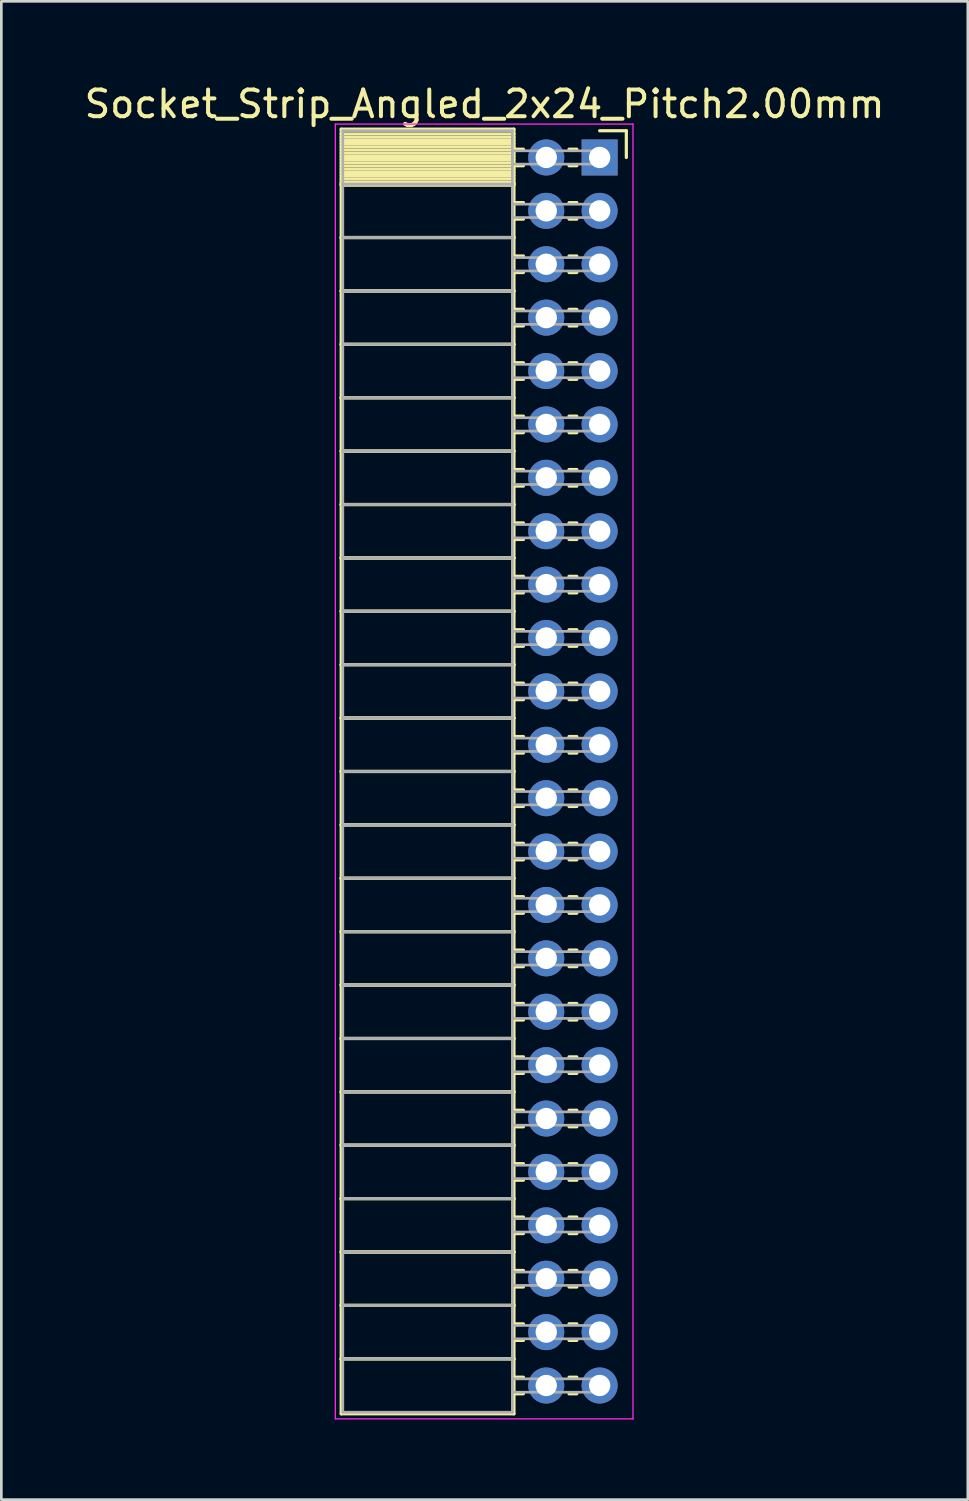
<source format=kicad_pcb>
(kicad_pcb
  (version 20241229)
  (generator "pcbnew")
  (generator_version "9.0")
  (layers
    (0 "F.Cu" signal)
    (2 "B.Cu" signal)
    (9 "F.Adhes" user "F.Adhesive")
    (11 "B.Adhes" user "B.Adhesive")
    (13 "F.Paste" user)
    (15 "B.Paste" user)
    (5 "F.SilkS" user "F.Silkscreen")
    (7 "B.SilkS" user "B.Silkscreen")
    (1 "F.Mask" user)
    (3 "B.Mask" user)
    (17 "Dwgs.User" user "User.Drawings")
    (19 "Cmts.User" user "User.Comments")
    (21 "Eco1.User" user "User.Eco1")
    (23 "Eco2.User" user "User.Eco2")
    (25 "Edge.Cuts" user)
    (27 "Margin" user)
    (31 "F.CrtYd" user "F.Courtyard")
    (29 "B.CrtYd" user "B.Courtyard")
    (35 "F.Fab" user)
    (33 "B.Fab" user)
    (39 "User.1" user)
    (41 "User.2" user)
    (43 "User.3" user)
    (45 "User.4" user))
  (footprint "Socket_Strip_Angled_2x24_Pitch2.00mm"
    (layer "F.Cu")
    (at 19.411 2.848)
    (property "Reference" "Socket_Strip_Angled_2x24_Pitch2.00mm" (at -4.31 -2 0) (layer "F.SilkS") (effects (font (size 1 1) (thickness 0.15))))
    (attr through_hole)
    (fp_line (start -9.68 -1.06) (end -3.21 -1.06) (stroke (width 0.12) (type solid)) (layer "F.SilkS"))
    (fp_line (start -9.68 1) (end -9.68 -1.06) (stroke (width 0.12) (type solid)) (layer "F.SilkS"))
    (fp_line (start -9.68 1) (end -3.21 1) (stroke (width 0.12) (type solid)) (layer "F.SilkS"))
    (fp_line (start -9.68 3) (end -9.68 1) (stroke (width 0.12) (type solid)) (layer "F.SilkS"))
    (fp_line (start -9.68 3) (end -3.21 3) (stroke (width 0.12) (type solid)) (layer "F.SilkS"))
    (fp_line (start -9.68 5) (end -9.68 3) (stroke (width 0.12) (type solid)) (layer "F.SilkS"))
    (fp_line (start -9.68 5) (end -3.21 5) (stroke (width 0.12) (type solid)) (layer "F.SilkS"))
    (fp_line (start -9.68 7) (end -9.68 5) (stroke (width 0.12) (type solid)) (layer "F.SilkS"))
    (fp_line (start -9.68 7) (end -3.21 7) (stroke (width 0.12) (type solid)) (layer "F.SilkS"))
    (fp_line (start -9.68 9) (end -9.68 7) (stroke (width 0.12) (type solid)) (layer "F.SilkS"))
    (fp_line (start -9.68 9) (end -3.21 9) (stroke (width 0.12) (type solid)) (layer "F.SilkS"))
    (fp_line (start -9.68 11) (end -9.68 9) (stroke (width 0.12) (type solid)) (layer "F.SilkS"))
    (fp_line (start -9.68 11) (end -3.21 11) (stroke (width 0.12) (type solid)) (layer "F.SilkS"))
    (fp_line (start -9.68 13) (end -9.68 11) (stroke (width 0.12) (type solid)) (layer "F.SilkS"))
    (fp_line (start -9.68 13) (end -3.21 13) (stroke (width 0.12) (type solid)) (layer "F.SilkS"))
    (fp_line (start -9.68 15) (end -9.68 13) (stroke (width 0.12) (type solid)) (layer "F.SilkS"))
    (fp_line (start -9.68 15) (end -3.21 15) (stroke (width 0.12) (type solid)) (layer "F.SilkS"))
    (fp_line (start -9.68 17) (end -9.68 15) (stroke (width 0.12) (type solid)) (layer "F.SilkS"))
    (fp_line (start -9.68 17) (end -3.21 17) (stroke (width 0.12) (type solid)) (layer "F.SilkS"))
    (fp_line (start -9.68 19) (end -9.68 17) (stroke (width 0.12) (type solid)) (layer "F.SilkS"))
    (fp_line (start -9.68 19) (end -3.21 19) (stroke (width 0.12) (type solid)) (layer "F.SilkS"))
    (fp_line (start -9.68 21) (end -9.68 19) (stroke (width 0.12) (type solid)) (layer "F.SilkS"))
    (fp_line (start -9.68 21) (end -3.21 21) (stroke (width 0.12) (type solid)) (layer "F.SilkS"))
    (fp_line (start -9.68 23) (end -9.68 21) (stroke (width 0.12) (type solid)) (layer "F.SilkS"))
    (fp_line (start -9.68 23) (end -3.21 23) (stroke (width 0.12) (type solid)) (layer "F.SilkS"))
    (fp_line (start -9.68 25) (end -9.68 23) (stroke (width 0.12) (type solid)) (layer "F.SilkS"))
    (fp_line (start -9.68 25) (end -3.21 25) (stroke (width 0.12) (type solid)) (layer "F.SilkS"))
    (fp_line (start -9.68 27) (end -9.68 25) (stroke (width 0.12) (type solid)) (layer "F.SilkS"))
    (fp_line (start -9.68 27) (end -3.21 27) (stroke (width 0.12) (type solid)) (layer "F.SilkS"))
    (fp_line (start -9.68 29) (end -9.68 27) (stroke (width 0.12) (type solid)) (layer "F.SilkS"))
    (fp_line (start -9.68 29) (end -3.21 29) (stroke (width 0.12) (type solid)) (layer "F.SilkS"))
    (fp_line (start -9.68 31) (end -9.68 29) (stroke (width 0.12) (type solid)) (layer "F.SilkS"))
    (fp_line (start -9.68 31) (end -3.21 31) (stroke (width 0.12) (type solid)) (layer "F.SilkS"))
    (fp_line (start -9.68 33) (end -9.68 31) (stroke (width 0.12) (type solid)) (layer "F.SilkS"))
    (fp_line (start -9.68 33) (end -3.21 33) (stroke (width 0.12) (type solid)) (layer "F.SilkS"))
    (fp_line (start -9.68 35) (end -9.68 33) (stroke (width 0.12) (type solid)) (layer "F.SilkS"))
    (fp_line (start -9.68 35) (end -3.21 35) (stroke (width 0.12) (type solid)) (layer "F.SilkS"))
    (fp_line (start -9.68 37) (end -9.68 35) (stroke (width 0.12) (type solid)) (layer "F.SilkS"))
    (fp_line (start -9.68 37) (end -3.21 37) (stroke (width 0.12) (type solid)) (layer "F.SilkS"))
    (fp_line (start -9.68 39) (end -9.68 37) (stroke (width 0.12) (type solid)) (layer "F.SilkS"))
    (fp_line (start -9.68 39) (end -3.21 39) (stroke (width 0.12) (type solid)) (layer "F.SilkS"))
    (fp_line (start -9.68 41) (end -9.68 39) (stroke (width 0.12) (type solid)) (layer "F.SilkS"))
    (fp_line (start -9.68 41) (end -3.21 41) (stroke (width 0.12) (type solid)) (layer "F.SilkS"))
    (fp_line (start -9.68 43) (end -9.68 41) (stroke (width 0.12) (type solid)) (layer "F.SilkS"))
    (fp_line (start -9.68 43) (end -3.21 43) (stroke (width 0.12) (type solid)) (layer "F.SilkS"))
    (fp_line (start -9.68 45) (end -9.68 43) (stroke (width 0.12) (type solid)) (layer "F.SilkS"))
    (fp_line (start -9.68 45) (end -3.21 45) (stroke (width 0.12) (type solid)) (layer "F.SilkS"))
    (fp_line (start -9.68 47.06) (end -9.68 45) (stroke (width 0.12) (type solid)) (layer "F.SilkS"))
    (fp_line (start -3.21 -1.06) (end -3.21 1) (stroke (width 0.12) (type solid)) (layer "F.SilkS"))
    (fp_line (start -3.21 -0.88) (end -9.68 -0.88) (stroke (width 0.12) (type solid)) (layer "F.SilkS"))
    (fp_line (start -3.21 -0.76) (end -9.68 -0.76) (stroke (width 0.12) (type solid)) (layer "F.SilkS"))
    (fp_line (start -3.21 -0.64) (end -9.68 -0.64) (stroke (width 0.12) (type solid)) (layer "F.SilkS"))
    (fp_line (start -3.21 -0.52) (end -9.68 -0.52) (stroke (width 0.12) (type solid)) (layer "F.SilkS"))
    (fp_line (start -3.21 -0.4) (end -9.68 -0.4) (stroke (width 0.12) (type solid)) (layer "F.SilkS"))
    (fp_line (start -3.21 -0.28) (end -9.68 -0.28) (stroke (width 0.12) (type solid)) (layer "F.SilkS"))
    (fp_line (start -3.21 -0.16) (end -9.68 -0.16) (stroke (width 0.12) (type solid)) (layer "F.SilkS"))
    (fp_line (start -3.21 -0.04) (end -9.68 -0.04) (stroke (width 0.12) (type solid)) (layer "F.SilkS"))
    (fp_line (start -3.21 0.08) (end -9.68 0.08) (stroke (width 0.12) (type solid)) (layer "F.SilkS"))
    (fp_line (start -3.21 0.2) (end -9.68 0.2) (stroke (width 0.12) (type solid)) (layer "F.SilkS"))
    (fp_line (start -3.21 0.32) (end -9.68 0.32) (stroke (width 0.12) (type solid)) (layer "F.SilkS"))
    (fp_line (start -3.21 0.44) (end -9.68 0.44) (stroke (width 0.12) (type solid)) (layer "F.SilkS"))
    (fp_line (start -3.21 0.56) (end -9.68 0.56) (stroke (width 0.12) (type solid)) (layer "F.SilkS"))
    (fp_line (start -3.21 0.68) (end -9.68 0.68) (stroke (width 0.12) (type solid)) (layer "F.SilkS"))
    (fp_line (start -3.21 0.8) (end -9.68 0.8) (stroke (width 0.12) (type solid)) (layer "F.SilkS"))
    (fp_line (start -3.21 0.92) (end -9.68 0.92) (stroke (width 0.12) (type solid)) (layer "F.SilkS"))
    (fp_line (start -3.21 1) (end -9.68 1) (stroke (width 0.12) (type solid)) (layer "F.SilkS"))
    (fp_line (start -3.21 1) (end -3.21 3) (stroke (width 0.12) (type solid)) (layer "F.SilkS"))
    (fp_line (start -3.21 1.04) (end -9.68 1.04) (stroke (width 0.12) (type solid)) (layer "F.SilkS"))
    (fp_line (start -3.21 3) (end -9.68 3) (stroke (width 0.12) (type solid)) (layer "F.SilkS"))
    (fp_line (start -3.21 3) (end -3.21 5) (stroke (width 0.12) (type solid)) (layer "F.SilkS"))
    (fp_line (start -3.21 5) (end -9.68 5) (stroke (width 0.12) (type solid)) (layer "F.SilkS"))
    (fp_line (start -3.21 5) (end -3.21 7) (stroke (width 0.12) (type solid)) (layer "F.SilkS"))
    (fp_line (start -3.21 7) (end -9.68 7) (stroke (width 0.12) (type solid)) (layer "F.SilkS"))
    (fp_line (start -3.21 7) (end -3.21 9) (stroke (width 0.12) (type solid)) (layer "F.SilkS"))
    (fp_line (start -3.21 9) (end -9.68 9) (stroke (width 0.12) (type solid)) (layer "F.SilkS"))
    (fp_line (start -3.21 9) (end -3.21 11) (stroke (width 0.12) (type solid)) (layer "F.SilkS"))
    (fp_line (start -3.21 11) (end -9.68 11) (stroke (width 0.12) (type solid)) (layer "F.SilkS"))
    (fp_line (start -3.21 11) (end -3.21 13) (stroke (width 0.12) (type solid)) (layer "F.SilkS"))
    (fp_line (start -3.21 13) (end -9.68 13) (stroke (width 0.12) (type solid)) (layer "F.SilkS"))
    (fp_line (start -3.21 13) (end -3.21 15) (stroke (width 0.12) (type solid)) (layer "F.SilkS"))
    (fp_line (start -3.21 15) (end -9.68 15) (stroke (width 0.12) (type solid)) (layer "F.SilkS"))
    (fp_line (start -3.21 15) (end -3.21 17) (stroke (width 0.12) (type solid)) (layer "F.SilkS"))
    (fp_line (start -3.21 17) (end -9.68 17) (stroke (width 0.12) (type solid)) (layer "F.SilkS"))
    (fp_line (start -3.21 17) (end -3.21 19) (stroke (width 0.12) (type solid)) (layer "F.SilkS"))
    (fp_line (start -3.21 19) (end -9.68 19) (stroke (width 0.12) (type solid)) (layer "F.SilkS"))
    (fp_line (start -3.21 19) (end -3.21 21) (stroke (width 0.12) (type solid)) (layer "F.SilkS"))
    (fp_line (start -3.21 21) (end -9.68 21) (stroke (width 0.12) (type solid)) (layer "F.SilkS"))
    (fp_line (start -3.21 21) (end -3.21 23) (stroke (width 0.12) (type solid)) (layer "F.SilkS"))
    (fp_line (start -3.21 23) (end -9.68 23) (stroke (width 0.12) (type solid)) (layer "F.SilkS"))
    (fp_line (start -3.21 23) (end -3.21 25) (stroke (width 0.12) (type solid)) (layer "F.SilkS"))
    (fp_line (start -3.21 25) (end -9.68 25) (stroke (width 0.12) (type solid)) (layer "F.SilkS"))
    (fp_line (start -3.21 25) (end -3.21 27) (stroke (width 0.12) (type solid)) (layer "F.SilkS"))
    (fp_line (start -3.21 27) (end -9.68 27) (stroke (width 0.12) (type solid)) (layer "F.SilkS"))
    (fp_line (start -3.21 27) (end -3.21 29) (stroke (width 0.12) (type solid)) (layer "F.SilkS"))
    (fp_line (start -3.21 29) (end -9.68 29) (stroke (width 0.12) (type solid)) (layer "F.SilkS"))
    (fp_line (start -3.21 29) (end -3.21 31) (stroke (width 0.12) (type solid)) (layer "F.SilkS"))
    (fp_line (start -3.21 31) (end -9.68 31) (stroke (width 0.12) (type solid)) (layer "F.SilkS"))
    (fp_line (start -3.21 31) (end -3.21 33) (stroke (width 0.12) (type solid)) (layer "F.SilkS"))
    (fp_line (start -3.21 33) (end -9.68 33) (stroke (width 0.12) (type solid)) (layer "F.SilkS"))
    (fp_line (start -3.21 33) (end -3.21 35) (stroke (width 0.12) (type solid)) (layer "F.SilkS"))
    (fp_line (start -3.21 35) (end -9.68 35) (stroke (width 0.12) (type solid)) (layer "F.SilkS"))
    (fp_line (start -3.21 35) (end -3.21 37) (stroke (width 0.12) (type solid)) (layer "F.SilkS"))
    (fp_line (start -3.21 37) (end -9.68 37) (stroke (width 0.12) (type solid)) (layer "F.SilkS"))
    (fp_line (start -3.21 37) (end -3.21 39) (stroke (width 0.12) (type solid)) (layer "F.SilkS"))
    (fp_line (start -3.21 39) (end -9.68 39) (stroke (width 0.12) (type solid)) (layer "F.SilkS"))
    (fp_line (start -3.21 39) (end -3.21 41) (stroke (width 0.12) (type solid)) (layer "F.SilkS"))
    (fp_line (start -3.21 41) (end -9.68 41) (stroke (width 0.12) (type solid)) (layer "F.SilkS"))
    (fp_line (start -3.21 41) (end -3.21 43) (stroke (width 0.12) (type solid)) (layer "F.SilkS"))
    (fp_line (start -3.21 43) (end -9.68 43) (stroke (width 0.12) (type solid)) (layer "F.SilkS"))
    (fp_line (start -3.21 43) (end -3.21 45) (stroke (width 0.12) (type solid)) (layer "F.SilkS"))
    (fp_line (start -3.21 45) (end -9.68 45) (stroke (width 0.12) (type solid)) (layer "F.SilkS"))
    (fp_line (start -3.21 45) (end -3.21 47.06) (stroke (width 0.12) (type solid)) (layer "F.SilkS"))
    (fp_line (start -3.21 47.06) (end -9.68 47.06) (stroke (width 0.12) (type solid)) (layer "F.SilkS"))
    (fp_line (start -2.855 -0.31) (end -3.21 -0.31) (stroke (width 0.12) (type solid)) (layer "F.SilkS"))
    (fp_line (start -2.855 0.31) (end -3.21 0.31) (stroke (width 0.12) (type solid)) (layer "F.SilkS"))
    (fp_line (start -2.855 1.69) (end -3.21 1.69) (stroke (width 0.12) (type solid)) (layer "F.SilkS"))
    (fp_line (start -2.855 2.31) (end -3.21 2.31) (stroke (width 0.12) (type solid)) (layer "F.SilkS"))
    (fp_line (start -2.855 3.69) (end -3.21 3.69) (stroke (width 0.12) (type solid)) (layer "F.SilkS"))
    (fp_line (start -2.855 4.31) (end -3.21 4.31) (stroke (width 0.12) (type solid)) (layer "F.SilkS"))
    (fp_line (start -2.855 5.69) (end -3.21 5.69) (stroke (width 0.12) (type solid)) (layer "F.SilkS"))
    (fp_line (start -2.855 6.31) (end -3.21 6.31) (stroke (width 0.12) (type solid)) (layer "F.SilkS"))
    (fp_line (start -2.855 7.69) (end -3.21 7.69) (stroke (width 0.12) (type solid)) (layer "F.SilkS"))
    (fp_line (start -2.855 8.31) (end -3.21 8.31) (stroke (width 0.12) (type solid)) (layer "F.SilkS"))
    (fp_line (start -2.855 9.69) (end -3.21 9.69) (stroke (width 0.12) (type solid)) (layer "F.SilkS"))
    (fp_line (start -2.855 10.31) (end -3.21 10.31) (stroke (width 0.12) (type solid)) (layer "F.SilkS"))
    (fp_line (start -2.855 11.69) (end -3.21 11.69) (stroke (width 0.12) (type solid)) (layer "F.SilkS"))
    (fp_line (start -2.855 12.31) (end -3.21 12.31) (stroke (width 0.12) (type solid)) (layer "F.SilkS"))
    (fp_line (start -2.855 13.69) (end -3.21 13.69) (stroke (width 0.12) (type solid)) (layer "F.SilkS"))
    (fp_line (start -2.855 14.31) (end -3.21 14.31) (stroke (width 0.12) (type solid)) (layer "F.SilkS"))
    (fp_line (start -2.855 15.69) (end -3.21 15.69) (stroke (width 0.12) (type solid)) (layer "F.SilkS"))
    (fp_line (start -2.855 16.31) (end -3.21 16.31) (stroke (width 0.12) (type solid)) (layer "F.SilkS"))
    (fp_line (start -2.855 17.69) (end -3.21 17.69) (stroke (width 0.12) (type solid)) (layer "F.SilkS"))
    (fp_line (start -2.855 18.31) (end -3.21 18.31) (stroke (width 0.12) (type solid)) (layer "F.SilkS"))
    (fp_line (start -2.855 19.69) (end -3.21 19.69) (stroke (width 0.12) (type solid)) (layer "F.SilkS"))
    (fp_line (start -2.855 20.31) (end -3.21 20.31) (stroke (width 0.12) (type solid)) (layer "F.SilkS"))
    (fp_line (start -2.855 21.69) (end -3.21 21.69) (stroke (width 0.12) (type solid)) (layer "F.SilkS"))
    (fp_line (start -2.855 22.31) (end -3.21 22.31) (stroke (width 0.12) (type solid)) (layer "F.SilkS"))
    (fp_line (start -2.855 23.69) (end -3.21 23.69) (stroke (width 0.12) (type solid)) (layer "F.SilkS"))
    (fp_line (start -2.855 24.31) (end -3.21 24.31) (stroke (width 0.12) (type solid)) (layer "F.SilkS"))
    (fp_line (start -2.855 25.69) (end -3.21 25.69) (stroke (width 0.12) (type solid)) (layer "F.SilkS"))
    (fp_line (start -2.855 26.31) (end -3.21 26.31) (stroke (width 0.12) (type solid)) (layer "F.SilkS"))
    (fp_line (start -2.855 27.69) (end -3.21 27.69) (stroke (width 0.12) (type solid)) (layer "F.SilkS"))
    (fp_line (start -2.855 28.31) (end -3.21 28.31) (stroke (width 0.12) (type solid)) (layer "F.SilkS"))
    (fp_line (start -2.855 29.69) (end -3.21 29.69) (stroke (width 0.12) (type solid)) (layer "F.SilkS"))
    (fp_line (start -2.855 30.31) (end -3.21 30.31) (stroke (width 0.12) (type solid)) (layer "F.SilkS"))
    (fp_line (start -2.855 31.69) (end -3.21 31.69) (stroke (width 0.12) (type solid)) (layer "F.SilkS"))
    (fp_line (start -2.855 32.31) (end -3.21 32.31) (stroke (width 0.12) (type solid)) (layer "F.SilkS"))
    (fp_line (start -2.855 33.69) (end -3.21 33.69) (stroke (width 0.12) (type solid)) (layer "F.SilkS"))
    (fp_line (start -2.855 34.31) (end -3.21 34.31) (stroke (width 0.12) (type solid)) (layer "F.SilkS"))
    (fp_line (start -2.855 35.69) (end -3.21 35.69) (stroke (width 0.12) (type solid)) (layer "F.SilkS"))
    (fp_line (start -2.855 36.31) (end -3.21 36.31) (stroke (width 0.12) (type solid)) (layer "F.SilkS"))
    (fp_line (start -2.855 37.69) (end -3.21 37.69) (stroke (width 0.12) (type solid)) (layer "F.SilkS"))
    (fp_line (start -2.855 38.31) (end -3.21 38.31) (stroke (width 0.12) (type solid)) (layer "F.SilkS"))
    (fp_line (start -2.855 39.69) (end -3.21 39.69) (stroke (width 0.12) (type solid)) (layer "F.SilkS"))
    (fp_line (start -2.855 40.31) (end -3.21 40.31) (stroke (width 0.12) (type solid)) (layer "F.SilkS"))
    (fp_line (start -2.855 41.69) (end -3.21 41.69) (stroke (width 0.12) (type solid)) (layer "F.SilkS"))
    (fp_line (start -2.855 42.31) (end -3.21 42.31) (stroke (width 0.12) (type solid)) (layer "F.SilkS"))
    (fp_line (start -2.855 43.69) (end -3.21 43.69) (stroke (width 0.12) (type solid)) (layer "F.SilkS"))
    (fp_line (start -2.855 44.31) (end -3.21 44.31) (stroke (width 0.12) (type solid)) (layer "F.SilkS"))
    (fp_line (start -2.855 45.69) (end -3.21 45.69) (stroke (width 0.12) (type solid)) (layer "F.SilkS"))
    (fp_line (start -2.855 46.31) (end -3.21 46.31) (stroke (width 0.12) (type solid)) (layer "F.SilkS"))
    (fp_line (start -0.855 -0.31) (end -1.145 -0.31) (stroke (width 0.12) (type solid)) (layer "F.SilkS"))
    (fp_line (start -0.855 0.31) (end -1.145 0.31) (stroke (width 0.12) (type solid)) (layer "F.SilkS"))
    (fp_line (start -0.855 1.69) (end -1.145 1.69) (stroke (width 0.12) (type solid)) (layer "F.SilkS"))
    (fp_line (start -0.855 2.31) (end -1.145 2.31) (stroke (width 0.12) (type solid)) (layer "F.SilkS"))
    (fp_line (start -0.855 3.69) (end -1.145 3.69) (stroke (width 0.12) (type solid)) (layer "F.SilkS"))
    (fp_line (start -0.855 4.31) (end -1.145 4.31) (stroke (width 0.12) (type solid)) (layer "F.SilkS"))
    (fp_line (start -0.855 5.69) (end -1.145 5.69) (stroke (width 0.12) (type solid)) (layer "F.SilkS"))
    (fp_line (start -0.855 6.31) (end -1.145 6.31) (stroke (width 0.12) (type solid)) (layer "F.SilkS"))
    (fp_line (start -0.855 7.69) (end -1.145 7.69) (stroke (width 0.12) (type solid)) (layer "F.SilkS"))
    (fp_line (start -0.855 8.31) (end -1.145 8.31) (stroke (width 0.12) (type solid)) (layer "F.SilkS"))
    (fp_line (start -0.855 9.69) (end -1.145 9.69) (stroke (width 0.12) (type solid)) (layer "F.SilkS"))
    (fp_line (start -0.855 10.31) (end -1.145 10.31) (stroke (width 0.12) (type solid)) (layer "F.SilkS"))
    (fp_line (start -0.855 11.69) (end -1.145 11.69) (stroke (width 0.12) (type solid)) (layer "F.SilkS"))
    (fp_line (start -0.855 12.31) (end -1.145 12.31) (stroke (width 0.12) (type solid)) (layer "F.SilkS"))
    (fp_line (start -0.855 13.69) (end -1.145 13.69) (stroke (width 0.12) (type solid)) (layer "F.SilkS"))
    (fp_line (start -0.855 14.31) (end -1.145 14.31) (stroke (width 0.12) (type solid)) (layer "F.SilkS"))
    (fp_line (start -0.855 15.69) (end -1.145 15.69) (stroke (width 0.12) (type solid)) (layer "F.SilkS"))
    (fp_line (start -0.855 16.31) (end -1.145 16.31) (stroke (width 0.12) (type solid)) (layer "F.SilkS"))
    (fp_line (start -0.855 17.69) (end -1.145 17.69) (stroke (width 0.12) (type solid)) (layer "F.SilkS"))
    (fp_line (start -0.855 18.31) (end -1.145 18.31) (stroke (width 0.12) (type solid)) (layer "F.SilkS"))
    (fp_line (start -0.855 19.69) (end -1.145 19.69) (stroke (width 0.12) (type solid)) (layer "F.SilkS"))
    (fp_line (start -0.855 20.31) (end -1.145 20.31) (stroke (width 0.12) (type solid)) (layer "F.SilkS"))
    (fp_line (start -0.855 21.69) (end -1.145 21.69) (stroke (width 0.12) (type solid)) (layer "F.SilkS"))
    (fp_line (start -0.855 22.31) (end -1.145 22.31) (stroke (width 0.12) (type solid)) (layer "F.SilkS"))
    (fp_line (start -0.855 23.69) (end -1.145 23.69) (stroke (width 0.12) (type solid)) (layer "F.SilkS"))
    (fp_line (start -0.855 24.31) (end -1.145 24.31) (stroke (width 0.12) (type solid)) (layer "F.SilkS"))
    (fp_line (start -0.855 25.69) (end -1.145 25.69) (stroke (width 0.12) (type solid)) (layer "F.SilkS"))
    (fp_line (start -0.855 26.31) (end -1.145 26.31) (stroke (width 0.12) (type solid)) (layer "F.SilkS"))
    (fp_line (start -0.855 27.69) (end -1.145 27.69) (stroke (width 0.12) (type solid)) (layer "F.SilkS"))
    (fp_line (start -0.855 28.31) (end -1.145 28.31) (stroke (width 0.12) (type solid)) (layer "F.SilkS"))
    (fp_line (start -0.855 29.69) (end -1.145 29.69) (stroke (width 0.12) (type solid)) (layer "F.SilkS"))
    (fp_line (start -0.855 30.31) (end -1.145 30.31) (stroke (width 0.12) (type solid)) (layer "F.SilkS"))
    (fp_line (start -0.855 31.69) (end -1.145 31.69) (stroke (width 0.12) (type solid)) (layer "F.SilkS"))
    (fp_line (start -0.855 32.31) (end -1.145 32.31) (stroke (width 0.12) (type solid)) (layer "F.SilkS"))
    (fp_line (start -0.855 33.69) (end -1.145 33.69) (stroke (width 0.12) (type solid)) (layer "F.SilkS"))
    (fp_line (start -0.855 34.31) (end -1.145 34.31) (stroke (width 0.12) (type solid)) (layer "F.SilkS"))
    (fp_line (start -0.855 35.69) (end -1.145 35.69) (stroke (width 0.12) (type solid)) (layer "F.SilkS"))
    (fp_line (start -0.855 36.31) (end -1.145 36.31) (stroke (width 0.12) (type solid)) (layer "F.SilkS"))
    (fp_line (start -0.855 37.69) (end -1.145 37.69) (stroke (width 0.12) (type solid)) (layer "F.SilkS"))
    (fp_line (start -0.855 38.31) (end -1.145 38.31) (stroke (width 0.12) (type solid)) (layer "F.SilkS"))
    (fp_line (start -0.855 39.69) (end -1.145 39.69) (stroke (width 0.12) (type solid)) (layer "F.SilkS"))
    (fp_line (start -0.855 40.31) (end -1.145 40.31) (stroke (width 0.12) (type solid)) (layer "F.SilkS"))
    (fp_line (start -0.855 41.69) (end -1.145 41.69) (stroke (width 0.12) (type solid)) (layer "F.SilkS"))
    (fp_line (start -0.855 42.31) (end -1.145 42.31) (stroke (width 0.12) (type solid)) (layer "F.SilkS"))
    (fp_line (start -0.855 43.69) (end -1.145 43.69) (stroke (width 0.12) (type solid)) (layer "F.SilkS"))
    (fp_line (start -0.855 44.31) (end -1.145 44.31) (stroke (width 0.12) (type solid)) (layer "F.SilkS"))
    (fp_line (start -0.855 45.69) (end -1.145 45.69) (stroke (width 0.12) (type solid)) (layer "F.SilkS"))
    (fp_line (start -0.855 46.31) (end -1.145 46.31) (stroke (width 0.12) (type solid)) (layer "F.SilkS"))
    (fp_line (start 0 -1) (end 1 -1) (stroke (width 0.12) (type solid)) (layer "F.SilkS"))
    (fp_line (start 1 -1) (end 1 0) (stroke (width 0.12) (type solid)) (layer "F.SilkS"))
    (fp_line (start -9.9 -1.25) (end 1.25 -1.25) (stroke (width 0.05) (type solid)) (layer "F.CrtYd"))
    (fp_line (start -9.9 47.25) (end -9.9 -1.25) (stroke (width 0.05) (type solid)) (layer "F.CrtYd"))
    (fp_line (start 1.25 -1.25) (end 1.25 47.25) (stroke (width 0.05) (type solid)) (layer "F.CrtYd"))
    (fp_line (start 1.25 47.25) (end -9.9 47.25) (stroke (width 0.05) (type solid)) (layer "F.CrtYd"))
    (fp_line (start -9.62 -1) (end -3.27 -1) (stroke (width 0.1) (type solid)) (layer "F.Fab"))
    (fp_line (start -9.62 1) (end -9.62 -1) (stroke (width 0.1) (type solid)) (layer "F.Fab"))
    (fp_line (start -9.62 1) (end -3.27 1) (stroke (width 0.1) (type solid)) (layer "F.Fab"))
    (fp_line (start -9.62 3) (end -9.62 1) (stroke (width 0.1) (type solid)) (layer "F.Fab"))
    (fp_line (start -9.62 3) (end -3.27 3) (stroke (width 0.1) (type solid)) (layer "F.Fab"))
    (fp_line (start -9.62 5) (end -9.62 3) (stroke (width 0.1) (type solid)) (layer "F.Fab"))
    (fp_line (start -9.62 5) (end -3.27 5) (stroke (width 0.1) (type solid)) (layer "F.Fab"))
    (fp_line (start -9.62 7) (end -9.62 5) (stroke (width 0.1) (type solid)) (layer "F.Fab"))
    (fp_line (start -9.62 7) (end -3.27 7) (stroke (width 0.1) (type solid)) (layer "F.Fab"))
    (fp_line (start -9.62 9) (end -9.62 7) (stroke (width 0.1) (type solid)) (layer "F.Fab"))
    (fp_line (start -9.62 9) (end -3.27 9) (stroke (width 0.1) (type solid)) (layer "F.Fab"))
    (fp_line (start -9.62 11) (end -9.62 9) (stroke (width 0.1) (type solid)) (layer "F.Fab"))
    (fp_line (start -9.62 11) (end -3.27 11) (stroke (width 0.1) (type solid)) (layer "F.Fab"))
    (fp_line (start -9.62 13) (end -9.62 11) (stroke (width 0.1) (type solid)) (layer "F.Fab"))
    (fp_line (start -9.62 13) (end -3.27 13) (stroke (width 0.1) (type solid)) (layer "F.Fab"))
    (fp_line (start -9.62 15) (end -9.62 13) (stroke (width 0.1) (type solid)) (layer "F.Fab"))
    (fp_line (start -9.62 15) (end -3.27 15) (stroke (width 0.1) (type solid)) (layer "F.Fab"))
    (fp_line (start -9.62 17) (end -9.62 15) (stroke (width 0.1) (type solid)) (layer "F.Fab"))
    (fp_line (start -9.62 17) (end -3.27 17) (stroke (width 0.1) (type solid)) (layer "F.Fab"))
    (fp_line (start -9.62 19) (end -9.62 17) (stroke (width 0.1) (type solid)) (layer "F.Fab"))
    (fp_line (start -9.62 19) (end -3.27 19) (stroke (width 0.1) (type solid)) (layer "F.Fab"))
    (fp_line (start -9.62 21) (end -9.62 19) (stroke (width 0.1) (type solid)) (layer "F.Fab"))
    (fp_line (start -9.62 21) (end -3.27 21) (stroke (width 0.1) (type solid)) (layer "F.Fab"))
    (fp_line (start -9.62 23) (end -9.62 21) (stroke (width 0.1) (type solid)) (layer "F.Fab"))
    (fp_line (start -9.62 23) (end -3.27 23) (stroke (width 0.1) (type solid)) (layer "F.Fab"))
    (fp_line (start -9.62 25) (end -9.62 23) (stroke (width 0.1) (type solid)) (layer "F.Fab"))
    (fp_line (start -9.62 25) (end -3.27 25) (stroke (width 0.1) (type solid)) (layer "F.Fab"))
    (fp_line (start -9.62 27) (end -9.62 25) (stroke (width 0.1) (type solid)) (layer "F.Fab"))
    (fp_line (start -9.62 27) (end -3.27 27) (stroke (width 0.1) (type solid)) (layer "F.Fab"))
    (fp_line (start -9.62 29) (end -9.62 27) (stroke (width 0.1) (type solid)) (layer "F.Fab"))
    (fp_line (start -9.62 29) (end -3.27 29) (stroke (width 0.1) (type solid)) (layer "F.Fab"))
    (fp_line (start -9.62 31) (end -9.62 29) (stroke (width 0.1) (type solid)) (layer "F.Fab"))
    (fp_line (start -9.62 31) (end -3.27 31) (stroke (width 0.1) (type solid)) (layer "F.Fab"))
    (fp_line (start -9.62 33) (end -9.62 31) (stroke (width 0.1) (type solid)) (layer "F.Fab"))
    (fp_line (start -9.62 33) (end -3.27 33) (stroke (width 0.1) (type solid)) (layer "F.Fab"))
    (fp_line (start -9.62 35) (end -9.62 33) (stroke (width 0.1) (type solid)) (layer "F.Fab"))
    (fp_line (start -9.62 35) (end -3.27 35) (stroke (width 0.1) (type solid)) (layer "F.Fab"))
    (fp_line (start -9.62 37) (end -9.62 35) (stroke (width 0.1) (type solid)) (layer "F.Fab"))
    (fp_line (start -9.62 37) (end -3.27 37) (stroke (width 0.1) (type solid)) (layer "F.Fab"))
    (fp_line (start -9.62 39) (end -9.62 37) (stroke (width 0.1) (type solid)) (layer "F.Fab"))
    (fp_line (start -9.62 39) (end -3.27 39) (stroke (width 0.1) (type solid)) (layer "F.Fab"))
    (fp_line (start -9.62 41) (end -9.62 39) (stroke (width 0.1) (type solid)) (layer "F.Fab"))
    (fp_line (start -9.62 41) (end -3.27 41) (stroke (width 0.1) (type solid)) (layer "F.Fab"))
    (fp_line (start -9.62 43) (end -9.62 41) (stroke (width 0.1) (type solid)) (layer "F.Fab"))
    (fp_line (start -9.62 43) (end -3.27 43) (stroke (width 0.1) (type solid)) (layer "F.Fab"))
    (fp_line (start -9.62 45) (end -9.62 43) (stroke (width 0.1) (type solid)) (layer "F.Fab"))
    (fp_line (start -9.62 45) (end -3.27 45) (stroke (width 0.1) (type solid)) (layer "F.Fab"))
    (fp_line (start -9.62 47) (end -9.62 45) (stroke (width 0.1) (type solid)) (layer "F.Fab"))
    (fp_line (start -3.27 -1) (end -3.27 1) (stroke (width 0.1) (type solid)) (layer "F.Fab"))
    (fp_line (start -3.27 -0.25) (end 0 -0.25) (stroke (width 0.1) (type solid)) (layer "F.Fab"))
    (fp_line (start -3.27 0.25) (end -3.27 -0.25) (stroke (width 0.1) (type solid)) (layer "F.Fab"))
    (fp_line (start -3.27 1) (end -9.62 1) (stroke (width 0.1) (type solid)) (layer "F.Fab"))
    (fp_line (start -3.27 1) (end -3.27 3) (stroke (width 0.1) (type solid)) (layer "F.Fab"))
    (fp_line (start -3.27 1.75) (end 0 1.75) (stroke (width 0.1) (type solid)) (layer "F.Fab"))
    (fp_line (start -3.27 2.25) (end -3.27 1.75) (stroke (width 0.1) (type solid)) (layer "F.Fab"))
    (fp_line (start -3.27 3) (end -9.62 3) (stroke (width 0.1) (type solid)) (layer "F.Fab"))
    (fp_line (start -3.27 3) (end -3.27 5) (stroke (width 0.1) (type solid)) (layer "F.Fab"))
    (fp_line (start -3.27 3.75) (end 0 3.75) (stroke (width 0.1) (type solid)) (layer "F.Fab"))
    (fp_line (start -3.27 4.25) (end -3.27 3.75) (stroke (width 0.1) (type solid)) (layer "F.Fab"))
    (fp_line (start -3.27 5) (end -9.62 5) (stroke (width 0.1) (type solid)) (layer "F.Fab"))
    (fp_line (start -3.27 5) (end -3.27 7) (stroke (width 0.1) (type solid)) (layer "F.Fab"))
    (fp_line (start -3.27 5.75) (end 0 5.75) (stroke (width 0.1) (type solid)) (layer "F.Fab"))
    (fp_line (start -3.27 6.25) (end -3.27 5.75) (stroke (width 0.1) (type solid)) (layer "F.Fab"))
    (fp_line (start -3.27 7) (end -9.62 7) (stroke (width 0.1) (type solid)) (layer "F.Fab"))
    (fp_line (start -3.27 7) (end -3.27 9) (stroke (width 0.1) (type solid)) (layer "F.Fab"))
    (fp_line (start -3.27 7.75) (end 0 7.75) (stroke (width 0.1) (type solid)) (layer "F.Fab"))
    (fp_line (start -3.27 8.25) (end -3.27 7.75) (stroke (width 0.1) (type solid)) (layer "F.Fab"))
    (fp_line (start -3.27 9) (end -9.62 9) (stroke (width 0.1) (type solid)) (layer "F.Fab"))
    (fp_line (start -3.27 9) (end -3.27 11) (stroke (width 0.1) (type solid)) (layer "F.Fab"))
    (fp_line (start -3.27 9.75) (end 0 9.75) (stroke (width 0.1) (type solid)) (layer "F.Fab"))
    (fp_line (start -3.27 10.25) (end -3.27 9.75) (stroke (width 0.1) (type solid)) (layer "F.Fab"))
    (fp_line (start -3.27 11) (end -9.62 11) (stroke (width 0.1) (type solid)) (layer "F.Fab"))
    (fp_line (start -3.27 11) (end -3.27 13) (stroke (width 0.1) (type solid)) (layer "F.Fab"))
    (fp_line (start -3.27 11.75) (end 0 11.75) (stroke (width 0.1) (type solid)) (layer "F.Fab"))
    (fp_line (start -3.27 12.25) (end -3.27 11.75) (stroke (width 0.1) (type solid)) (layer "F.Fab"))
    (fp_line (start -3.27 13) (end -9.62 13) (stroke (width 0.1) (type solid)) (layer "F.Fab"))
    (fp_line (start -3.27 13) (end -3.27 15) (stroke (width 0.1) (type solid)) (layer "F.Fab"))
    (fp_line (start -3.27 13.75) (end 0 13.75) (stroke (width 0.1) (type solid)) (layer "F.Fab"))
    (fp_line (start -3.27 14.25) (end -3.27 13.75) (stroke (width 0.1) (type solid)) (layer "F.Fab"))
    (fp_line (start -3.27 15) (end -9.62 15) (stroke (width 0.1) (type solid)) (layer "F.Fab"))
    (fp_line (start -3.27 15) (end -3.27 17) (stroke (width 0.1) (type solid)) (layer "F.Fab"))
    (fp_line (start -3.27 15.75) (end 0 15.75) (stroke (width 0.1) (type solid)) (layer "F.Fab"))
    (fp_line (start -3.27 16.25) (end -3.27 15.75) (stroke (width 0.1) (type solid)) (layer "F.Fab"))
    (fp_line (start -3.27 17) (end -9.62 17) (stroke (width 0.1) (type solid)) (layer "F.Fab"))
    (fp_line (start -3.27 17) (end -3.27 19) (stroke (width 0.1) (type solid)) (layer "F.Fab"))
    (fp_line (start -3.27 17.75) (end 0 17.75) (stroke (width 0.1) (type solid)) (layer "F.Fab"))
    (fp_line (start -3.27 18.25) (end -3.27 17.75) (stroke (width 0.1) (type solid)) (layer "F.Fab"))
    (fp_line (start -3.27 19) (end -9.62 19) (stroke (width 0.1) (type solid)) (layer "F.Fab"))
    (fp_line (start -3.27 19) (end -3.27 21) (stroke (width 0.1) (type solid)) (layer "F.Fab"))
    (fp_line (start -3.27 19.75) (end 0 19.75) (stroke (width 0.1) (type solid)) (layer "F.Fab"))
    (fp_line (start -3.27 20.25) (end -3.27 19.75) (stroke (width 0.1) (type solid)) (layer "F.Fab"))
    (fp_line (start -3.27 21) (end -9.62 21) (stroke (width 0.1) (type solid)) (layer "F.Fab"))
    (fp_line (start -3.27 21) (end -3.27 23) (stroke (width 0.1) (type solid)) (layer "F.Fab"))
    (fp_line (start -3.27 21.75) (end 0 21.75) (stroke (width 0.1) (type solid)) (layer "F.Fab"))
    (fp_line (start -3.27 22.25) (end -3.27 21.75) (stroke (width 0.1) (type solid)) (layer "F.Fab"))
    (fp_line (start -3.27 23) (end -9.62 23) (stroke (width 0.1) (type solid)) (layer "F.Fab"))
    (fp_line (start -3.27 23) (end -3.27 25) (stroke (width 0.1) (type solid)) (layer "F.Fab"))
    (fp_line (start -3.27 23.75) (end 0 23.75) (stroke (width 0.1) (type solid)) (layer "F.Fab"))
    (fp_line (start -3.27 24.25) (end -3.27 23.75) (stroke (width 0.1) (type solid)) (layer "F.Fab"))
    (fp_line (start -3.27 25) (end -9.62 25) (stroke (width 0.1) (type solid)) (layer "F.Fab"))
    (fp_line (start -3.27 25) (end -3.27 27) (stroke (width 0.1) (type solid)) (layer "F.Fab"))
    (fp_line (start -3.27 25.75) (end 0 25.75) (stroke (width 0.1) (type solid)) (layer "F.Fab"))
    (fp_line (start -3.27 26.25) (end -3.27 25.75) (stroke (width 0.1) (type solid)) (layer "F.Fab"))
    (fp_line (start -3.27 27) (end -9.62 27) (stroke (width 0.1) (type solid)) (layer "F.Fab"))
    (fp_line (start -3.27 27) (end -3.27 29) (stroke (width 0.1) (type solid)) (layer "F.Fab"))
    (fp_line (start -3.27 27.75) (end 0 27.75) (stroke (width 0.1) (type solid)) (layer "F.Fab"))
    (fp_line (start -3.27 28.25) (end -3.27 27.75) (stroke (width 0.1) (type solid)) (layer "F.Fab"))
    (fp_line (start -3.27 29) (end -9.62 29) (stroke (width 0.1) (type solid)) (layer "F.Fab"))
    (fp_line (start -3.27 29) (end -3.27 31) (stroke (width 0.1) (type solid)) (layer "F.Fab"))
    (fp_line (start -3.27 29.75) (end 0 29.75) (stroke (width 0.1) (type solid)) (layer "F.Fab"))
    (fp_line (start -3.27 30.25) (end -3.27 29.75) (stroke (width 0.1) (type solid)) (layer "F.Fab"))
    (fp_line (start -3.27 31) (end -9.62 31) (stroke (width 0.1) (type solid)) (layer "F.Fab"))
    (fp_line (start -3.27 31) (end -3.27 33) (stroke (width 0.1) (type solid)) (layer "F.Fab"))
    (fp_line (start -3.27 31.75) (end 0 31.75) (stroke (width 0.1) (type solid)) (layer "F.Fab"))
    (fp_line (start -3.27 32.25) (end -3.27 31.75) (stroke (width 0.1) (type solid)) (layer "F.Fab"))
    (fp_line (start -3.27 33) (end -9.62 33) (stroke (width 0.1) (type solid)) (layer "F.Fab"))
    (fp_line (start -3.27 33) (end -3.27 35) (stroke (width 0.1) (type solid)) (layer "F.Fab"))
    (fp_line (start -3.27 33.75) (end 0 33.75) (stroke (width 0.1) (type solid)) (layer "F.Fab"))
    (fp_line (start -3.27 34.25) (end -3.27 33.75) (stroke (width 0.1) (type solid)) (layer "F.Fab"))
    (fp_line (start -3.27 35) (end -9.62 35) (stroke (width 0.1) (type solid)) (layer "F.Fab"))
    (fp_line (start -3.27 35) (end -3.27 37) (stroke (width 0.1) (type solid)) (layer "F.Fab"))
    (fp_line (start -3.27 35.75) (end 0 35.75) (stroke (width 0.1) (type solid)) (layer "F.Fab"))
    (fp_line (start -3.27 36.25) (end -3.27 35.75) (stroke (width 0.1) (type solid)) (layer "F.Fab"))
    (fp_line (start -3.27 37) (end -9.62 37) (stroke (width 0.1) (type solid)) (layer "F.Fab"))
    (fp_line (start -3.27 37) (end -3.27 39) (stroke (width 0.1) (type solid)) (layer "F.Fab"))
    (fp_line (start -3.27 37.75) (end 0 37.75) (stroke (width 0.1) (type solid)) (layer "F.Fab"))
    (fp_line (start -3.27 38.25) (end -3.27 37.75) (stroke (width 0.1) (type solid)) (layer "F.Fab"))
    (fp_line (start -3.27 39) (end -9.62 39) (stroke (width 0.1) (type solid)) (layer "F.Fab"))
    (fp_line (start -3.27 39) (end -3.27 41) (stroke (width 0.1) (type solid)) (layer "F.Fab"))
    (fp_line (start -3.27 39.75) (end 0 39.75) (stroke (width 0.1) (type solid)) (layer "F.Fab"))
    (fp_line (start -3.27 40.25) (end -3.27 39.75) (stroke (width 0.1) (type solid)) (layer "F.Fab"))
    (fp_line (start -3.27 41) (end -9.62 41) (stroke (width 0.1) (type solid)) (layer "F.Fab"))
    (fp_line (start -3.27 41) (end -3.27 43) (stroke (width 0.1) (type solid)) (layer "F.Fab"))
    (fp_line (start -3.27 41.75) (end 0 41.75) (stroke (width 0.1) (type solid)) (layer "F.Fab"))
    (fp_line (start -3.27 42.25) (end -3.27 41.75) (stroke (width 0.1) (type solid)) (layer "F.Fab"))
    (fp_line (start -3.27 43) (end -9.62 43) (stroke (width 0.1) (type solid)) (layer "F.Fab"))
    (fp_line (start -3.27 43) (end -3.27 45) (stroke (width 0.1) (type solid)) (layer "F.Fab"))
    (fp_line (start -3.27 43.75) (end 0 43.75) (stroke (width 0.1) (type solid)) (layer "F.Fab"))
    (fp_line (start -3.27 44.25) (end -3.27 43.75) (stroke (width 0.1) (type solid)) (layer "F.Fab"))
    (fp_line (start -3.27 45) (end -9.62 45) (stroke (width 0.1) (type solid)) (layer "F.Fab"))
    (fp_line (start -3.27 45) (end -3.27 47) (stroke (width 0.1) (type solid)) (layer "F.Fab"))
    (fp_line (start -3.27 45.75) (end 0 45.75) (stroke (width 0.1) (type solid)) (layer "F.Fab"))
    (fp_line (start -3.27 46.25) (end -3.27 45.75) (stroke (width 0.1) (type solid)) (layer "F.Fab"))
    (fp_line (start -3.27 47) (end -9.62 47) (stroke (width 0.1) (type solid)) (layer "F.Fab"))
    (fp_line (start 0 -0.25) (end 0 0.25) (stroke (width 0.1) (type solid)) (layer "F.Fab"))
    (fp_line (start 0 0.25) (end -3.27 0.25) (stroke (width 0.1) (type solid)) (layer "F.Fab"))
    (fp_line (start 0 1.75) (end 0 2.25) (stroke (width 0.1) (type solid)) (layer "F.Fab"))
    (fp_line (start 0 2.25) (end -3.27 2.25) (stroke (width 0.1) (type solid)) (layer "F.Fab"))
    (fp_line (start 0 3.75) (end 0 4.25) (stroke (width 0.1) (type solid)) (layer "F.Fab"))
    (fp_line (start 0 4.25) (end -3.27 4.25) (stroke (width 0.1) (type solid)) (layer "F.Fab"))
    (fp_line (start 0 5.75) (end 0 6.25) (stroke (width 0.1) (type solid)) (layer "F.Fab"))
    (fp_line (start 0 6.25) (end -3.27 6.25) (stroke (width 0.1) (type solid)) (layer "F.Fab"))
    (fp_line (start 0 7.75) (end 0 8.25) (stroke (width 0.1) (type solid)) (layer "F.Fab"))
    (fp_line (start 0 8.25) (end -3.27 8.25) (stroke (width 0.1) (type solid)) (layer "F.Fab"))
    (fp_line (start 0 9.75) (end 0 10.25) (stroke (width 0.1) (type solid)) (layer "F.Fab"))
    (fp_line (start 0 10.25) (end -3.27 10.25) (stroke (width 0.1) (type solid)) (layer "F.Fab"))
    (fp_line (start 0 11.75) (end 0 12.25) (stroke (width 0.1) (type solid)) (layer "F.Fab"))
    (fp_line (start 0 12.25) (end -3.27 12.25) (stroke (width 0.1) (type solid)) (layer "F.Fab"))
    (fp_line (start 0 13.75) (end 0 14.25) (stroke (width 0.1) (type solid)) (layer "F.Fab"))
    (fp_line (start 0 14.25) (end -3.27 14.25) (stroke (width 0.1) (type solid)) (layer "F.Fab"))
    (fp_line (start 0 15.75) (end 0 16.25) (stroke (width 0.1) (type solid)) (layer "F.Fab"))
    (fp_line (start 0 16.25) (end -3.27 16.25) (stroke (width 0.1) (type solid)) (layer "F.Fab"))
    (fp_line (start 0 17.75) (end 0 18.25) (stroke (width 0.1) (type solid)) (layer "F.Fab"))
    (fp_line (start 0 18.25) (end -3.27 18.25) (stroke (width 0.1) (type solid)) (layer "F.Fab"))
    (fp_line (start 0 19.75) (end 0 20.25) (stroke (width 0.1) (type solid)) (layer "F.Fab"))
    (fp_line (start 0 20.25) (end -3.27 20.25) (stroke (width 0.1) (type solid)) (layer "F.Fab"))
    (fp_line (start 0 21.75) (end 0 22.25) (stroke (width 0.1) (type solid)) (layer "F.Fab"))
    (fp_line (start 0 22.25) (end -3.27 22.25) (stroke (width 0.1) (type solid)) (layer "F.Fab"))
    (fp_line (start 0 23.75) (end 0 24.25) (stroke (width 0.1) (type solid)) (layer "F.Fab"))
    (fp_line (start 0 24.25) (end -3.27 24.25) (stroke (width 0.1) (type solid)) (layer "F.Fab"))
    (fp_line (start 0 25.75) (end 0 26.25) (stroke (width 0.1) (type solid)) (layer "F.Fab"))
    (fp_line (start 0 26.25) (end -3.27 26.25) (stroke (width 0.1) (type solid)) (layer "F.Fab"))
    (fp_line (start 0 27.75) (end 0 28.25) (stroke (width 0.1) (type solid)) (layer "F.Fab"))
    (fp_line (start 0 28.25) (end -3.27 28.25) (stroke (width 0.1) (type solid)) (layer "F.Fab"))
    (fp_line (start 0 29.75) (end 0 30.25) (stroke (width 0.1) (type solid)) (layer "F.Fab"))
    (fp_line (start 0 30.25) (end -3.27 30.25) (stroke (width 0.1) (type solid)) (layer "F.Fab"))
    (fp_line (start 0 31.75) (end 0 32.25) (stroke (width 0.1) (type solid)) (layer "F.Fab"))
    (fp_line (start 0 32.25) (end -3.27 32.25) (stroke (width 0.1) (type solid)) (layer "F.Fab"))
    (fp_line (start 0 33.75) (end 0 34.25) (stroke (width 0.1) (type solid)) (layer "F.Fab"))
    (fp_line (start 0 34.25) (end -3.27 34.25) (stroke (width 0.1) (type solid)) (layer "F.Fab"))
    (fp_line (start 0 35.75) (end 0 36.25) (stroke (width 0.1) (type solid)) (layer "F.Fab"))
    (fp_line (start 0 36.25) (end -3.27 36.25) (stroke (width 0.1) (type solid)) (layer "F.Fab"))
    (fp_line (start 0 37.75) (end 0 38.25) (stroke (width 0.1) (type solid)) (layer "F.Fab"))
    (fp_line (start 0 38.25) (end -3.27 38.25) (stroke (width 0.1) (type solid)) (layer "F.Fab"))
    (fp_line (start 0 39.75) (end 0 40.25) (stroke (width 0.1) (type solid)) (layer "F.Fab"))
    (fp_line (start 0 40.25) (end -3.27 40.25) (stroke (width 0.1) (type solid)) (layer "F.Fab"))
    (fp_line (start 0 41.75) (end 0 42.25) (stroke (width 0.1) (type solid)) (layer "F.Fab"))
    (fp_line (start 0 42.25) (end -3.27 42.25) (stroke (width 0.1) (type solid)) (layer "F.Fab"))
    (fp_line (start 0 43.75) (end 0 44.25) (stroke (width 0.1) (type solid)) (layer "F.Fab"))
    (fp_line (start 0 44.25) (end -3.27 44.25) (stroke (width 0.1) (type solid)) (layer "F.Fab"))
    (fp_line (start 0 45.75) (end 0 46.25) (stroke (width 0.1) (type solid)) (layer "F.Fab"))
    (fp_line (start 0 46.25) (end -3.27 46.25) (stroke (width 0.1) (type solid)) (layer "F.Fab"))
    (pad "1" thru_hole rect (at 0 0) (size 1.35 1.35) (drill 0.8) (layers "*.Cu" "*.Mask"))
    (pad "2" thru_hole oval (at -2 0) (size 1.35 1.35) (drill 0.8) (layers "*.Cu" "*.Mask"))
    (pad "3" thru_hole oval (at 0 2) (size 1.35 1.35) (drill 0.8) (layers "*.Cu" "*.Mask"))
    (pad "4" thru_hole oval (at -2 2) (size 1.35 1.35) (drill 0.8) (layers "*.Cu" "*.Mask"))
    (pad "5" thru_hole oval (at 0 4) (size 1.35 1.35) (drill 0.8) (layers "*.Cu" "*.Mask"))
    (pad "6" thru_hole oval (at -2 4) (size 1.35 1.35) (drill 0.8) (layers "*.Cu" "*.Mask"))
    (pad "7" thru_hole oval (at 0 6) (size 1.35 1.35) (drill 0.8) (layers "*.Cu" "*.Mask"))
    (pad "8" thru_hole oval (at -2 6) (size 1.35 1.35) (drill 0.8) (layers "*.Cu" "*.Mask"))
    (pad "9" thru_hole oval (at 0 8) (size 1.35 1.35) (drill 0.8) (layers "*.Cu" "*.Mask"))
    (pad "10" thru_hole oval (at -2 8) (size 1.35 1.35) (drill 0.8) (layers "*.Cu" "*.Mask"))
    (pad "11" thru_hole oval (at 0 10) (size 1.35 1.35) (drill 0.8) (layers "*.Cu" "*.Mask"))
    (pad "12" thru_hole oval (at -2 10) (size 1.35 1.35) (drill 0.8) (layers "*.Cu" "*.Mask"))
    (pad "13" thru_hole oval (at 0 12) (size 1.35 1.35) (drill 0.8) (layers "*.Cu" "*.Mask"))
    (pad "14" thru_hole oval (at -2 12) (size 1.35 1.35) (drill 0.8) (layers "*.Cu" "*.Mask"))
    (pad "15" thru_hole oval (at 0 14) (size 1.35 1.35) (drill 0.8) (layers "*.Cu" "*.Mask"))
    (pad "16" thru_hole oval (at -2 14) (size 1.35 1.35) (drill 0.8) (layers "*.Cu" "*.Mask"))
    (pad "17" thru_hole oval (at 0 16) (size 1.35 1.35) (drill 0.8) (layers "*.Cu" "*.Mask"))
    (pad "18" thru_hole oval (at -2 16) (size 1.35 1.35) (drill 0.8) (layers "*.Cu" "*.Mask"))
    (pad "19" thru_hole oval (at 0 18) (size 1.35 1.35) (drill 0.8) (layers "*.Cu" "*.Mask"))
    (pad "20" thru_hole oval (at -2 18) (size 1.35 1.35) (drill 0.8) (layers "*.Cu" "*.Mask"))
    (pad "21" thru_hole oval (at 0 20) (size 1.35 1.35) (drill 0.8) (layers "*.Cu" "*.Mask"))
    (pad "22" thru_hole oval (at -2 20) (size 1.35 1.35) (drill 0.8) (layers "*.Cu" "*.Mask"))
    (pad "23" thru_hole oval (at 0 22) (size 1.35 1.35) (drill 0.8) (layers "*.Cu" "*.Mask"))
    (pad "24" thru_hole oval (at -2 22) (size 1.35 1.35) (drill 0.8) (layers "*.Cu" "*.Mask"))
    (pad "25" thru_hole oval (at 0 24) (size 1.35 1.35) (drill 0.8) (layers "*.Cu" "*.Mask"))
    (pad "26" thru_hole oval (at -2 24) (size 1.35 1.35) (drill 0.8) (layers "*.Cu" "*.Mask"))
    (pad "27" thru_hole oval (at 0 26) (size 1.35 1.35) (drill 0.8) (layers "*.Cu" "*.Mask"))
    (pad "28" thru_hole oval (at -2 26) (size 1.35 1.35) (drill 0.8) (layers "*.Cu" "*.Mask"))
    (pad "29" thru_hole oval (at 0 28) (size 1.35 1.35) (drill 0.8) (layers "*.Cu" "*.Mask"))
    (pad "30" thru_hole oval (at -2 28) (size 1.35 1.35) (drill 0.8) (layers "*.Cu" "*.Mask"))
    (pad "31" thru_hole oval (at 0 30) (size 1.35 1.35) (drill 0.8) (layers "*.Cu" "*.Mask"))
    (pad "32" thru_hole oval (at -2 30) (size 1.35 1.35) (drill 0.8) (layers "*.Cu" "*.Mask"))
    (pad "33" thru_hole oval (at 0 32) (size 1.35 1.35) (drill 0.8) (layers "*.Cu" "*.Mask"))
    (pad "34" thru_hole oval (at -2 32) (size 1.35 1.35) (drill 0.8) (layers "*.Cu" "*.Mask"))
    (pad "35" thru_hole oval (at 0 34) (size 1.35 1.35) (drill 0.8) (layers "*.Cu" "*.Mask"))
    (pad "36" thru_hole oval (at -2 34) (size 1.35 1.35) (drill 0.8) (layers "*.Cu" "*.Mask"))
    (pad "37" thru_hole oval (at 0 36) (size 1.35 1.35) (drill 0.8) (layers "*.Cu" "*.Mask"))
    (pad "38" thru_hole oval (at -2 36) (size 1.35 1.35) (drill 0.8) (layers "*.Cu" "*.Mask"))
    (pad "39" thru_hole oval (at 0 38) (size 1.35 1.35) (drill 0.8) (layers "*.Cu" "*.Mask"))
    (pad "40" thru_hole oval (at -2 38) (size 1.35 1.35) (drill 0.8) (layers "*.Cu" "*.Mask"))
    (pad "41" thru_hole oval (at 0 40) (size 1.35 1.35) (drill 0.8) (layers "*.Cu" "*.Mask"))
    (pad "42" thru_hole oval (at -2 40) (size 1.35 1.35) (drill 0.8) (layers "*.Cu" "*.Mask"))
    (pad "43" thru_hole oval (at 0 42) (size 1.35 1.35) (drill 0.8) (layers "*.Cu" "*.Mask"))
    (pad "44" thru_hole oval (at -2 42) (size 1.35 1.35) (drill 0.8) (layers "*.Cu" "*.Mask"))
    (pad "45" thru_hole oval (at 0 44) (size 1.35 1.35) (drill 0.8) (layers "*.Cu" "*.Mask"))
    (pad "46" thru_hole oval (at -2 44) (size 1.35 1.35) (drill 0.8) (layers "*.Cu" "*.Mask"))
    (pad "47" thru_hole oval (at 0 46) (size 1.35 1.35) (drill 0.8) (layers "*.Cu" "*.Mask"))
    (pad "48" thru_hole oval (at -2 46) (size 1.35 1.35) (drill 0.8) (layers "*.Cu" "*.Mask")))
  (gr_rect
    (start -3 -3)
    (end 33.202 53.123)
    (stroke (width 0.1) (type default))
    (fill no)
    (layer "Edge.Cuts")))
</source>
